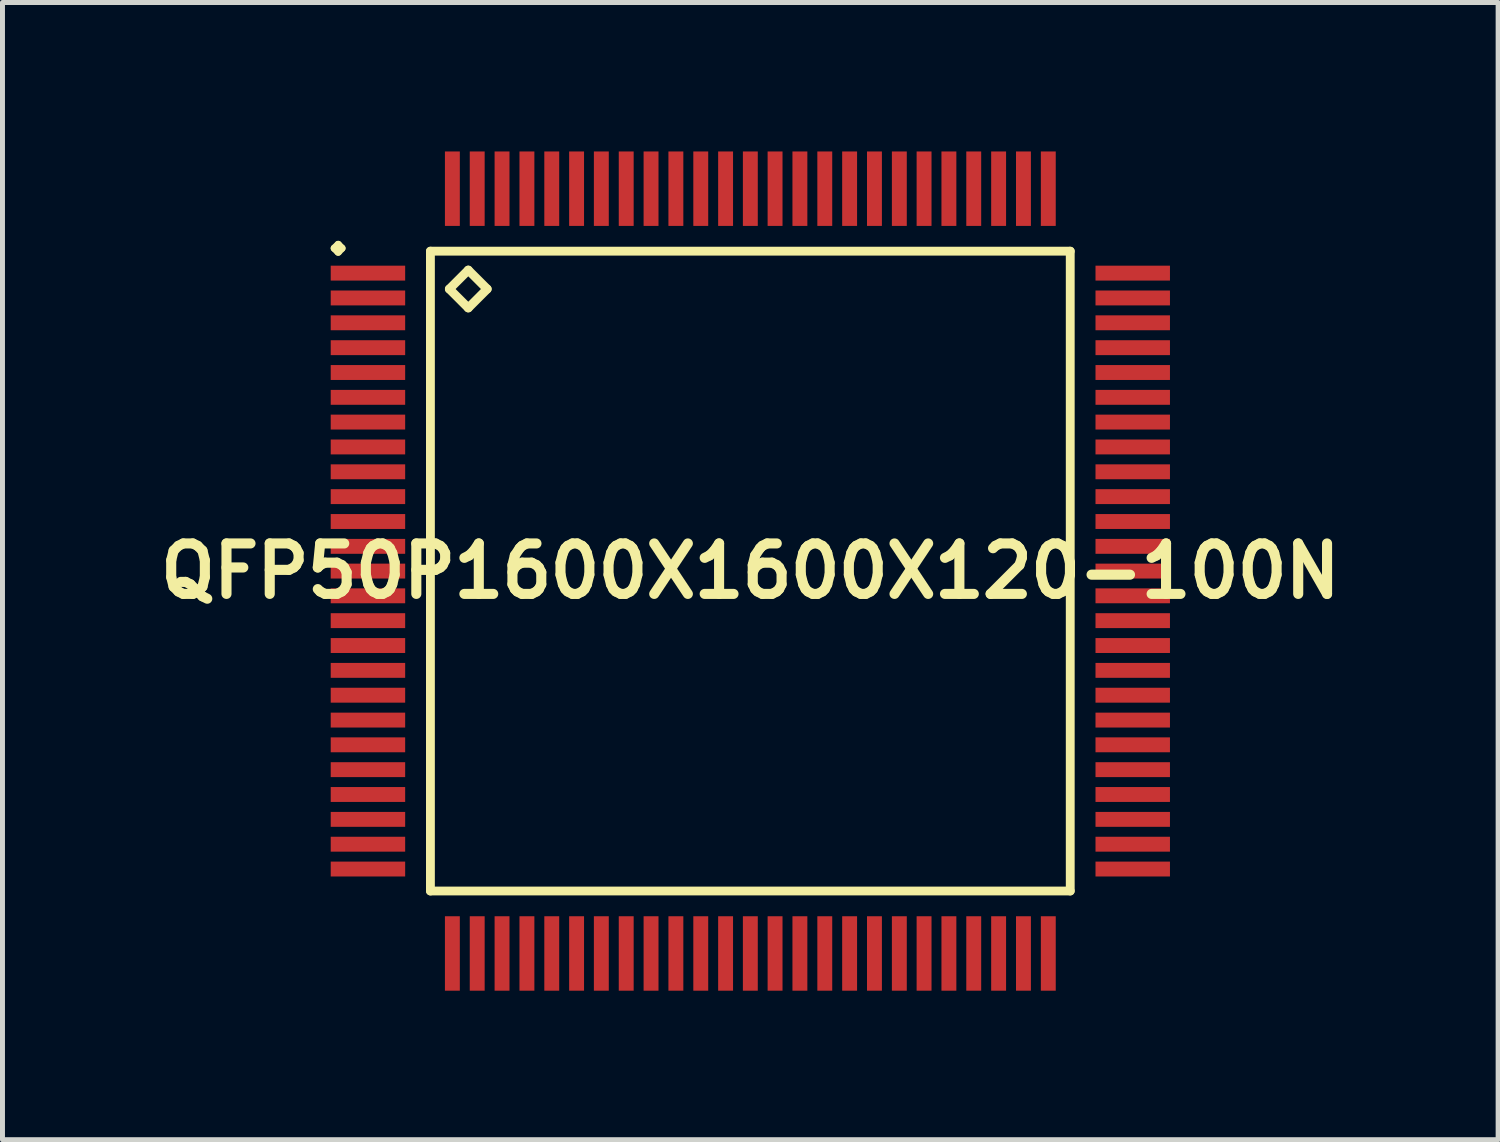
<source format=kicad_pcb>
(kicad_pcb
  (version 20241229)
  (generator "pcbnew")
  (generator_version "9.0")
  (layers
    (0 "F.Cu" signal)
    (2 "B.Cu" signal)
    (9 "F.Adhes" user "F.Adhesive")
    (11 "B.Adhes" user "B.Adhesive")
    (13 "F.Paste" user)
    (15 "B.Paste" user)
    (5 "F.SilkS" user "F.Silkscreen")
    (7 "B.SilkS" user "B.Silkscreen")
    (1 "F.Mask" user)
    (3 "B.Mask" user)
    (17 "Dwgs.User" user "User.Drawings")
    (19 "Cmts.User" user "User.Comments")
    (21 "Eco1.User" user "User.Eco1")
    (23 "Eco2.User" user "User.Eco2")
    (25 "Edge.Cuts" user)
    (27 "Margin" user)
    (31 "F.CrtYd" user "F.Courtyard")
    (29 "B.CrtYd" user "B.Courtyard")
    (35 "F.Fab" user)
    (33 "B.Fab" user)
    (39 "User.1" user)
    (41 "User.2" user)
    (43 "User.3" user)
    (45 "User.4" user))
  (footprint "QFP50P1600X1600X120-100N"
    (layer "F.Cu")
    (at 12.057 8.448)
    (property "Reference" "QFP50P1600X1600X120-100N" (at 0 0 0) (layer "F.SilkS") (effects (font (size 1.016 1.016) (thickness 0.203))))
    (attr smd)
    (fp_line (start -8.374 -6.5) (end -8.298 -6.574) (stroke (width 0.15) (type solid)) (layer "F.SilkS"))
    (fp_line (start -8.298 -6.574) (end -8.225 -6.5) (stroke (width 0.15) (type solid)) (layer "F.SilkS"))
    (fp_line (start -8.298 -6.424) (end -8.374 -6.5) (stroke (width 0.15) (type solid)) (layer "F.SilkS"))
    (fp_line (start -8.225 -6.5) (end -8.298 -6.424) (stroke (width 0.15) (type solid)) (layer "F.SilkS"))
    (fp_line (start -6.441 -6.441) (end -6.441 6.441) (stroke (width 0.178) (type solid)) (layer "F.SilkS"))
    (fp_line (start -6.441 6.441) (end 6.441 6.441) (stroke (width 0.178) (type solid)) (layer "F.SilkS"))
    (fp_line (start -6.06 -5.679) (end -5.679 -6.06) (stroke (width 0.178) (type solid)) (layer "F.SilkS"))
    (fp_line (start -5.679 -6.06) (end -5.298 -5.679) (stroke (width 0.178) (type solid)) (layer "F.SilkS"))
    (fp_line (start -5.679 -5.298) (end -6.06 -5.679) (stroke (width 0.178) (type solid)) (layer "F.SilkS"))
    (fp_line (start -5.298 -5.679) (end -5.679 -5.298) (stroke (width 0.178) (type solid)) (layer "F.SilkS"))
    (fp_line (start 6.441 -6.441) (end -6.441 -6.441) (stroke (width 0.178) (type solid)) (layer "F.SilkS"))
    (fp_line (start 6.441 6.441) (end 6.441 -6.441) (stroke (width 0.178) (type solid)) (layer "F.SilkS"))
    (pad "1" smd rect (at -7.699 -5.999) (size 1.499 0.3) (layers "F.Cu" "F.Mask" "F.Paste"))
    (pad "2" smd rect (at -7.699 -5.499) (size 1.499 0.3) (layers "F.Cu" "F.Mask" "F.Paste"))
    (pad "3" smd rect (at -7.699 -4.999) (size 1.499 0.3) (layers "F.Cu" "F.Mask" "F.Paste"))
    (pad "4" smd rect (at -7.699 -4.498) (size 1.499 0.3) (layers "F.Cu" "F.Mask" "F.Paste"))
    (pad "5" smd rect (at -7.699 -3.998) (size 1.499 0.3) (layers "F.Cu" "F.Mask" "F.Paste"))
    (pad "6" smd rect (at -7.699 -3.498) (size 1.499 0.3) (layers "F.Cu" "F.Mask" "F.Paste"))
    (pad "7" smd rect (at -7.699 -3) (size 1.499 0.3) (layers "F.Cu" "F.Mask" "F.Paste"))
    (pad "8" smd rect (at -7.699 -2.499) (size 1.499 0.3) (layers "F.Cu" "F.Mask" "F.Paste"))
    (pad "9" smd rect (at -7.699 -1.999) (size 1.499 0.3) (layers "F.Cu" "F.Mask" "F.Paste"))
    (pad "10" smd rect (at -7.699 -1.499) (size 1.499 0.3) (layers "F.Cu" "F.Mask" "F.Paste"))
    (pad "11" smd rect (at -7.699 -0.998) (size 1.499 0.3) (layers "F.Cu" "F.Mask" "F.Paste"))
    (pad "12" smd rect (at -7.699 -0.498) (size 1.499 0.3) (layers "F.Cu" "F.Mask" "F.Paste"))
    (pad "13" smd rect (at -7.699 0) (size 1.499 0.3) (layers "F.Cu" "F.Mask" "F.Paste"))
    (pad "14" smd rect (at -7.699 0.498) (size 1.499 0.3) (layers "F.Cu" "F.Mask" "F.Paste"))
    (pad "15" smd rect (at -7.699 0.998) (size 1.499 0.3) (layers "F.Cu" "F.Mask" "F.Paste"))
    (pad "16" smd rect (at -7.699 1.499) (size 1.499 0.3) (layers "F.Cu" "F.Mask" "F.Paste"))
    (pad "17" smd rect (at -7.699 1.999) (size 1.499 0.3) (layers "F.Cu" "F.Mask" "F.Paste"))
    (pad "18" smd rect (at -7.699 2.499) (size 1.499 0.3) (layers "F.Cu" "F.Mask" "F.Paste"))
    (pad "19" smd rect (at -7.699 3) (size 1.499 0.3) (layers "F.Cu" "F.Mask" "F.Paste"))
    (pad "20" smd rect (at -7.699 3.498) (size 1.499 0.3) (layers "F.Cu" "F.Mask" "F.Paste"))
    (pad "21" smd rect (at -7.699 3.998) (size 1.499 0.3) (layers "F.Cu" "F.Mask" "F.Paste"))
    (pad "22" smd rect (at -7.699 4.498) (size 1.499 0.3) (layers "F.Cu" "F.Mask" "F.Paste"))
    (pad "23" smd rect (at -7.699 4.999) (size 1.499 0.3) (layers "F.Cu" "F.Mask" "F.Paste"))
    (pad "24" smd rect (at -7.699 5.499) (size 1.499 0.3) (layers "F.Cu" "F.Mask" "F.Paste"))
    (pad "25" smd rect (at -7.699 5.999) (size 1.499 0.3) (layers "F.Cu" "F.Mask" "F.Paste"))
    (pad "26" smd rect (at -5.999 7.699) (size 0.3 1.499) (layers "F.Cu" "F.Mask" "F.Paste"))
    (pad "27" smd rect (at -5.499 7.699) (size 0.3 1.499) (layers "F.Cu" "F.Mask" "F.Paste"))
    (pad "28" smd rect (at -4.999 7.699) (size 0.3 1.499) (layers "F.Cu" "F.Mask" "F.Paste"))
    (pad "29" smd rect (at -4.498 7.699) (size 0.3 1.499) (layers "F.Cu" "F.Mask" "F.Paste"))
    (pad "30" smd rect (at -3.998 7.699) (size 0.3 1.499) (layers "F.Cu" "F.Mask" "F.Paste"))
    (pad "31" smd rect (at -3.498 7.699) (size 0.3 1.499) (layers "F.Cu" "F.Mask" "F.Paste"))
    (pad "32" smd rect (at -3 7.699) (size 0.3 1.499) (layers "F.Cu" "F.Mask" "F.Paste"))
    (pad "33" smd rect (at -2.499 7.699) (size 0.3 1.499) (layers "F.Cu" "F.Mask" "F.Paste"))
    (pad "34" smd rect (at -1.999 7.699) (size 0.3 1.499) (layers "F.Cu" "F.Mask" "F.Paste"))
    (pad "35" smd rect (at -1.499 7.699) (size 0.3 1.499) (layers "F.Cu" "F.Mask" "F.Paste"))
    (pad "36" smd rect (at -0.998 7.699) (size 0.3 1.499) (layers "F.Cu" "F.Mask" "F.Paste"))
    (pad "37" smd rect (at -0.498 7.699) (size 0.3 1.499) (layers "F.Cu" "F.Mask" "F.Paste"))
    (pad "38" smd rect (at 0 7.699) (size 0.3 1.499) (layers "F.Cu" "F.Mask" "F.Paste"))
    (pad "39" smd rect (at 0.498 7.699) (size 0.3 1.499) (layers "F.Cu" "F.Mask" "F.Paste"))
    (pad "40" smd rect (at 0.998 7.699) (size 0.3 1.499) (layers "F.Cu" "F.Mask" "F.Paste"))
    (pad "41" smd rect (at 1.499 7.699) (size 0.3 1.499) (layers "F.Cu" "F.Mask" "F.Paste"))
    (pad "42" smd rect (at 1.999 7.699) (size 0.3 1.499) (layers "F.Cu" "F.Mask" "F.Paste"))
    (pad "43" smd rect (at 2.499 7.699) (size 0.3 1.499) (layers "F.Cu" "F.Mask" "F.Paste"))
    (pad "44" smd rect (at 3 7.699) (size 0.3 1.499) (layers "F.Cu" "F.Mask" "F.Paste"))
    (pad "45" smd rect (at 3.498 7.699) (size 0.3 1.499) (layers "F.Cu" "F.Mask" "F.Paste"))
    (pad "46" smd rect (at 3.998 7.699) (size 0.3 1.499) (layers "F.Cu" "F.Mask" "F.Paste"))
    (pad "47" smd rect (at 4.498 7.699) (size 0.3 1.499) (layers "F.Cu" "F.Mask" "F.Paste"))
    (pad "48" smd rect (at 4.999 7.699) (size 0.3 1.499) (layers "F.Cu" "F.Mask" "F.Paste"))
    (pad "49" smd rect (at 5.499 7.699) (size 0.3 1.499) (layers "F.Cu" "F.Mask" "F.Paste"))
    (pad "50" smd rect (at 5.999 7.699) (size 0.3 1.499) (layers "F.Cu" "F.Mask" "F.Paste"))
    (pad "51" smd rect (at 7.699 5.999) (size 1.499 0.3) (layers "F.Cu" "F.Mask" "F.Paste"))
    (pad "52" smd rect (at 7.699 5.499) (size 1.499 0.3) (layers "F.Cu" "F.Mask" "F.Paste"))
    (pad "53" smd rect (at 7.699 4.999) (size 1.499 0.3) (layers "F.Cu" "F.Mask" "F.Paste"))
    (pad "54" smd rect (at 7.699 4.498) (size 1.499 0.3) (layers "F.Cu" "F.Mask" "F.Paste"))
    (pad "55" smd rect (at 7.699 3.998) (size 1.499 0.3) (layers "F.Cu" "F.Mask" "F.Paste"))
    (pad "56" smd rect (at 7.699 3.498) (size 1.499 0.3) (layers "F.Cu" "F.Mask" "F.Paste"))
    (pad "57" smd rect (at 7.699 3) (size 1.499 0.3) (layers "F.Cu" "F.Mask" "F.Paste"))
    (pad "58" smd rect (at 7.699 2.499) (size 1.499 0.3) (layers "F.Cu" "F.Mask" "F.Paste"))
    (pad "59" smd rect (at 7.699 1.999) (size 1.499 0.3) (layers "F.Cu" "F.Mask" "F.Paste"))
    (pad "60" smd rect (at 7.699 1.499) (size 1.499 0.3) (layers "F.Cu" "F.Mask" "F.Paste"))
    (pad "61" smd rect (at 7.699 0.998) (size 1.499 0.3) (layers "F.Cu" "F.Mask" "F.Paste"))
    (pad "62" smd rect (at 7.699 0.498) (size 1.499 0.3) (layers "F.Cu" "F.Mask" "F.Paste"))
    (pad "63" smd rect (at 7.699 0) (size 1.499 0.3) (layers "F.Cu" "F.Mask" "F.Paste"))
    (pad "64" smd rect (at 7.699 -0.498) (size 1.499 0.3) (layers "F.Cu" "F.Mask" "F.Paste"))
    (pad "65" smd rect (at 7.699 -0.998) (size 1.499 0.3) (layers "F.Cu" "F.Mask" "F.Paste"))
    (pad "66" smd rect (at 7.699 -1.499) (size 1.499 0.3) (layers "F.Cu" "F.Mask" "F.Paste"))
    (pad "67" smd rect (at 7.699 -1.999) (size 1.499 0.3) (layers "F.Cu" "F.Mask" "F.Paste"))
    (pad "68" smd rect (at 7.699 -2.499) (size 1.499 0.3) (layers "F.Cu" "F.Mask" "F.Paste"))
    (pad "69" smd rect (at 7.699 -3) (size 1.499 0.3) (layers "F.Cu" "F.Mask" "F.Paste"))
    (pad "70" smd rect (at 7.699 -3.498) (size 1.499 0.3) (layers "F.Cu" "F.Mask" "F.Paste"))
    (pad "71" smd rect (at 7.699 -3.998) (size 1.499 0.3) (layers "F.Cu" "F.Mask" "F.Paste"))
    (pad "72" smd rect (at 7.699 -4.498) (size 1.499 0.3) (layers "F.Cu" "F.Mask" "F.Paste"))
    (pad "73" smd rect (at 7.699 -4.999) (size 1.499 0.3) (layers "F.Cu" "F.Mask" "F.Paste"))
    (pad "74" smd rect (at 7.699 -5.499) (size 1.499 0.3) (layers "F.Cu" "F.Mask" "F.Paste"))
    (pad "75" smd rect (at 7.699 -5.999) (size 1.499 0.3) (layers "F.Cu" "F.Mask" "F.Paste"))
    (pad "76" smd rect (at 5.999 -7.699) (size 0.3 1.499) (layers "F.Cu" "F.Mask" "F.Paste"))
    (pad "77" smd rect (at 5.499 -7.699) (size 0.3 1.499) (layers "F.Cu" "F.Mask" "F.Paste"))
    (pad "78" smd rect (at 4.999 -7.699) (size 0.3 1.499) (layers "F.Cu" "F.Mask" "F.Paste"))
    (pad "79" smd rect (at 4.498 -7.699) (size 0.3 1.499) (layers "F.Cu" "F.Mask" "F.Paste"))
    (pad "80" smd rect (at 3.998 -7.699) (size 0.3 1.499) (layers "F.Cu" "F.Mask" "F.Paste"))
    (pad "81" smd rect (at 3.498 -7.699) (size 0.3 1.499) (layers "F.Cu" "F.Mask" "F.Paste"))
    (pad "82" smd rect (at 3 -7.699) (size 0.3 1.499) (layers "F.Cu" "F.Mask" "F.Paste"))
    (pad "83" smd rect (at 2.499 -7.699) (size 0.3 1.499) (layers "F.Cu" "F.Mask" "F.Paste"))
    (pad "84" smd rect (at 1.999 -7.699) (size 0.3 1.499) (layers "F.Cu" "F.Mask" "F.Paste"))
    (pad "85" smd rect (at 1.499 -7.699) (size 0.3 1.499) (layers "F.Cu" "F.Mask" "F.Paste"))
    (pad "86" smd rect (at 0.998 -7.699) (size 0.3 1.499) (layers "F.Cu" "F.Mask" "F.Paste"))
    (pad "87" smd rect (at 0.498 -7.699) (size 0.3 1.499) (layers "F.Cu" "F.Mask" "F.Paste"))
    (pad "88" smd rect (at 0 -7.699) (size 0.3 1.499) (layers "F.Cu" "F.Mask" "F.Paste"))
    (pad "89" smd rect (at -0.498 -7.699) (size 0.3 1.499) (layers "F.Cu" "F.Mask" "F.Paste"))
    (pad "90" smd rect (at -0.998 -7.699) (size 0.3 1.499) (layers "F.Cu" "F.Mask" "F.Paste"))
    (pad "91" smd rect (at -1.499 -7.699) (size 0.3 1.499) (layers "F.Cu" "F.Mask" "F.Paste"))
    (pad "92" smd rect (at -1.999 -7.699) (size 0.3 1.499) (layers "F.Cu" "F.Mask" "F.Paste"))
    (pad "93" smd rect (at -2.499 -7.699) (size 0.3 1.499) (layers "F.Cu" "F.Mask" "F.Paste"))
    (pad "94" smd rect (at -3 -7.699) (size 0.3 1.499) (layers "F.Cu" "F.Mask" "F.Paste"))
    (pad "95" smd rect (at -3.498 -7.699) (size 0.3 1.499) (layers "F.Cu" "F.Mask" "F.Paste"))
    (pad "96" smd rect (at -3.998 -7.699) (size 0.3 1.499) (layers "F.Cu" "F.Mask" "F.Paste"))
    (pad "97" smd rect (at -4.498 -7.699) (size 0.3 1.499) (layers "F.Cu" "F.Mask" "F.Paste"))
    (pad "98" smd rect (at -4.999 -7.699) (size 0.3 1.499) (layers "F.Cu" "F.Mask" "F.Paste"))
    (pad "99" smd rect (at -5.499 -7.699) (size 0.3 1.499) (layers "F.Cu" "F.Mask" "F.Paste"))
    (pad "100" smd rect (at -5.999 -7.699) (size 0.3 1.499) (layers "F.Cu" "F.Mask" "F.Paste")))
  (gr_rect
    (start -3 -3)
    (end 27.113 19.896)
    (stroke (width 0.1) (type default))
    (fill no)
    (layer "Edge.Cuts")))
</source>
